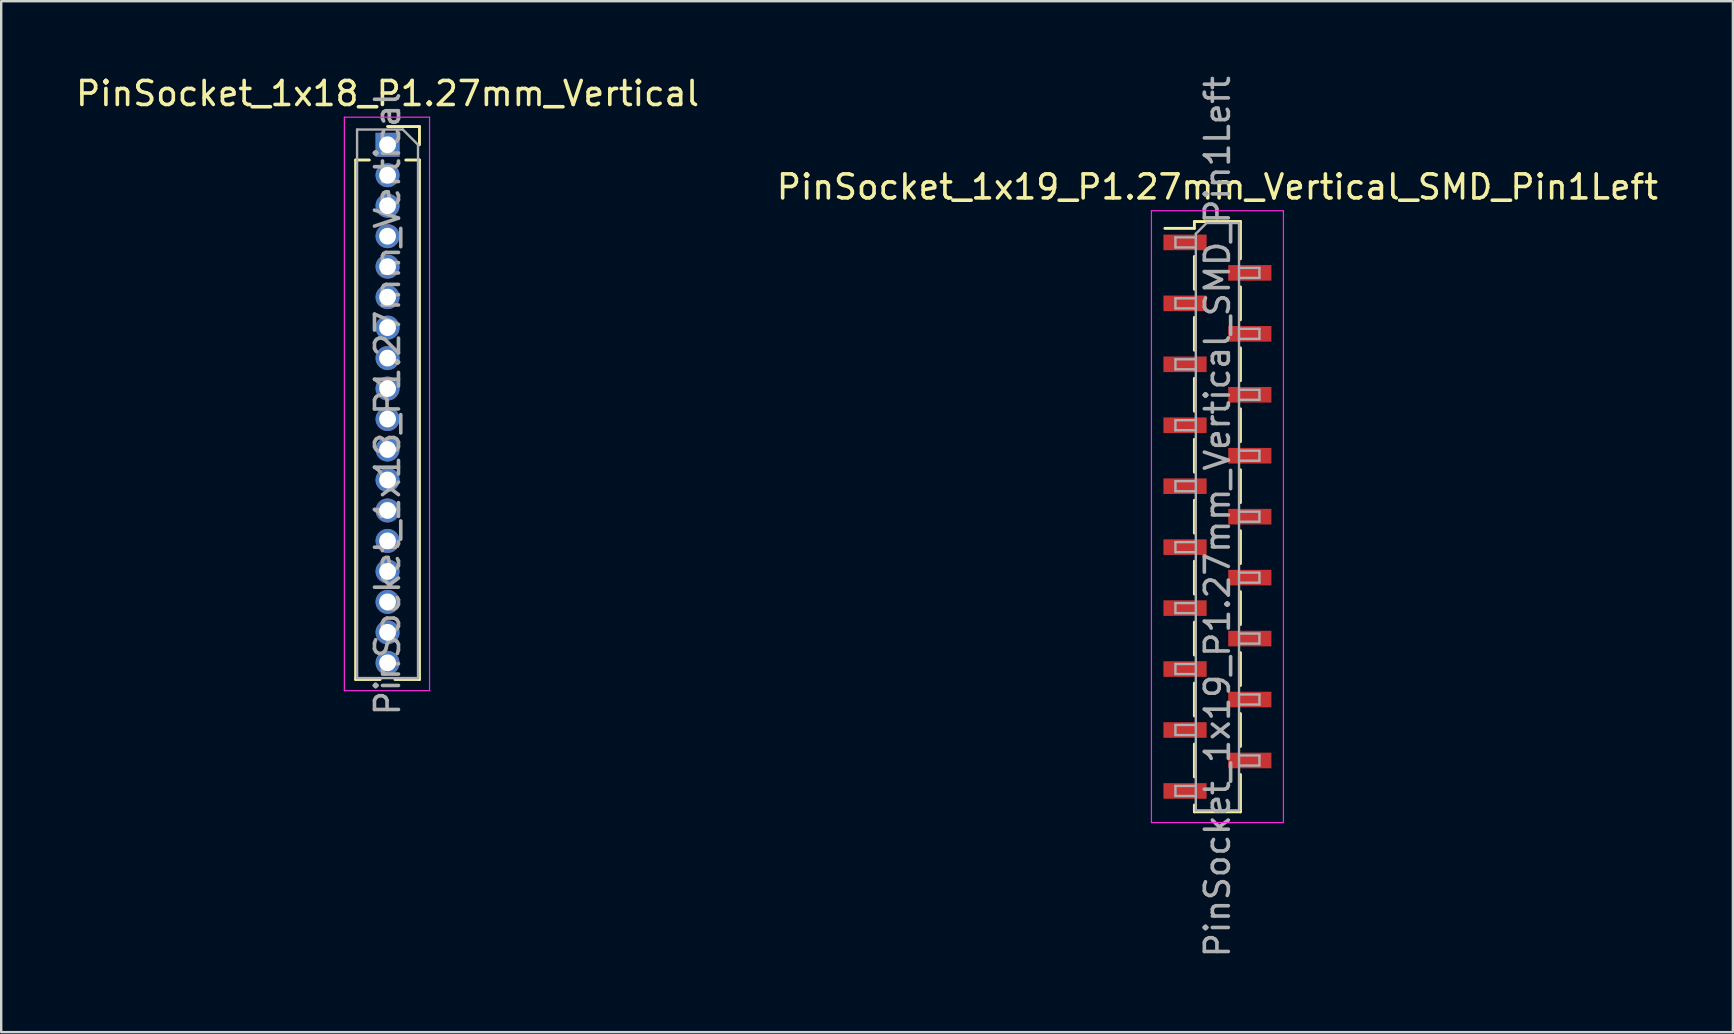
<source format=kicad_pcb>
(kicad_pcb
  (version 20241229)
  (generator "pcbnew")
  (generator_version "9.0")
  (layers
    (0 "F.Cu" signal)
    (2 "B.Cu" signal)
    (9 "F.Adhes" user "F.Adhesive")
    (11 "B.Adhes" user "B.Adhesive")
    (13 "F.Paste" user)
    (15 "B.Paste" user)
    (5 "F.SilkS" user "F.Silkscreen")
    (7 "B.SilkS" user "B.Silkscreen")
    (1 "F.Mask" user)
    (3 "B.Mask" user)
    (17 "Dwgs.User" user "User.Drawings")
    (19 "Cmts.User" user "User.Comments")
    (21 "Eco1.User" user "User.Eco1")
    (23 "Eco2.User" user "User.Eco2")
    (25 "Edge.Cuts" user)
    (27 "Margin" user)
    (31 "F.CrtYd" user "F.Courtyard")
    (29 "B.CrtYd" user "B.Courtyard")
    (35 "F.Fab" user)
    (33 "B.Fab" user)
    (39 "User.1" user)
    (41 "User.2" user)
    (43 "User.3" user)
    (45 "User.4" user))
  (footprint "PinSocket_1x19_P1.27mm_Vertical_SMD_Pin1Left"
    (layer "F.Cu")
    (at 47.685 18.482)
    (property "Reference" "PinSocket_1x19_P1.27mm_Vertical_SMD_Pin1Left" (at 0 -13.74 0) (layer "F.SilkS") (effects (font (size 1 1) (thickness 0.15))))
    (attr smd)
    (fp_line (start -2.19 -12.015) (end -0.96 -12.015) (stroke (width 0.12) (type solid)) (layer "F.SilkS"))
    (fp_line (start -0.96 -12.3) (end -0.96 -12.015) (stroke (width 0.12) (type solid)) (layer "F.SilkS"))
    (fp_line (start -0.96 -12.3) (end 0.96 -12.3) (stroke (width 0.12) (type solid)) (layer "F.SilkS"))
    (fp_line (start -0.96 -10.845) (end -0.96 -9.475) (stroke (width 0.12) (type solid)) (layer "F.SilkS"))
    (fp_line (start -0.96 -8.305) (end -0.96 -6.935) (stroke (width 0.12) (type solid)) (layer "F.SilkS"))
    (fp_line (start -0.96 -5.765) (end -0.96 -4.395) (stroke (width 0.12) (type solid)) (layer "F.SilkS"))
    (fp_line (start -0.96 -3.225) (end -0.96 -1.855) (stroke (width 0.12) (type solid)) (layer "F.SilkS"))
    (fp_line (start -0.96 -0.685) (end -0.96 0.685) (stroke (width 0.12) (type solid)) (layer "F.SilkS"))
    (fp_line (start -0.96 1.855) (end -0.96 3.225) (stroke (width 0.12) (type solid)) (layer "F.SilkS"))
    (fp_line (start -0.96 4.395) (end -0.96 5.765) (stroke (width 0.12) (type solid)) (layer "F.SilkS"))
    (fp_line (start -0.96 6.935) (end -0.96 8.305) (stroke (width 0.12) (type solid)) (layer "F.SilkS"))
    (fp_line (start -0.96 9.475) (end -0.96 10.845) (stroke (width 0.12) (type solid)) (layer "F.SilkS"))
    (fp_line (start -0.96 12.015) (end -0.96 12.3) (stroke (width 0.12) (type solid)) (layer "F.SilkS"))
    (fp_line (start -0.96 12.3) (end 0.96 12.3) (stroke (width 0.12) (type solid)) (layer "F.SilkS"))
    (fp_line (start 0.96 -12.3) (end 0.96 -10.745) (stroke (width 0.12) (type solid)) (layer "F.SilkS"))
    (fp_line (start 0.96 -9.575) (end 0.96 -8.205) (stroke (width 0.12) (type solid)) (layer "F.SilkS"))
    (fp_line (start 0.96 -7.035) (end 0.96 -5.665) (stroke (width 0.12) (type solid)) (layer "F.SilkS"))
    (fp_line (start 0.96 -4.495) (end 0.96 -3.125) (stroke (width 0.12) (type solid)) (layer "F.SilkS"))
    (fp_line (start 0.96 -1.955) (end 0.96 -0.585) (stroke (width 0.12) (type solid)) (layer "F.SilkS"))
    (fp_line (start 0.96 0.585) (end 0.96 1.955) (stroke (width 0.12) (type solid)) (layer "F.SilkS"))
    (fp_line (start 0.96 3.125) (end 0.96 4.495) (stroke (width 0.12) (type solid)) (layer "F.SilkS"))
    (fp_line (start 0.96 5.665) (end 0.96 7.035) (stroke (width 0.12) (type solid)) (layer "F.SilkS"))
    (fp_line (start 0.96 8.205) (end 0.96 9.575) (stroke (width 0.12) (type solid)) (layer "F.SilkS"))
    (fp_line (start 0.96 10.745) (end 0.96 12.3) (stroke (width 0.12) (type solid)) (layer "F.SilkS"))
    (fp_line (start -2.75 -12.75) (end 2.75 -12.75) (stroke (width 0.05) (type solid)) (layer "F.CrtYd"))
    (fp_line (start -2.75 12.75) (end -2.75 -12.75) (stroke (width 0.05) (type solid)) (layer "F.CrtYd"))
    (fp_line (start 2.75 -12.75) (end 2.75 12.75) (stroke (width 0.05) (type solid)) (layer "F.CrtYd"))
    (fp_line (start 2.75 12.75) (end -2.75 12.75) (stroke (width 0.05) (type solid)) (layer "F.CrtYd"))
    (fp_line (start -1.75 -11.64) (end -0.9 -11.64) (stroke (width 0.1) (type solid)) (layer "F.Fab"))
    (fp_line (start -1.75 -11.22) (end -1.75 -11.64) (stroke (width 0.1) (type solid)) (layer "F.Fab"))
    (fp_line (start -1.75 -9.1) (end -0.9 -9.1) (stroke (width 0.1) (type solid)) (layer "F.Fab"))
    (fp_line (start -1.75 -8.68) (end -1.75 -9.1) (stroke (width 0.1) (type solid)) (layer "F.Fab"))
    (fp_line (start -1.75 -6.56) (end -0.9 -6.56) (stroke (width 0.1) (type solid)) (layer "F.Fab"))
    (fp_line (start -1.75 -6.14) (end -1.75 -6.56) (stroke (width 0.1) (type solid)) (layer "F.Fab"))
    (fp_line (start -1.75 -4.02) (end -0.9 -4.02) (stroke (width 0.1) (type solid)) (layer "F.Fab"))
    (fp_line (start -1.75 -3.6) (end -1.75 -4.02) (stroke (width 0.1) (type solid)) (layer "F.Fab"))
    (fp_line (start -1.75 -1.48) (end -0.9 -1.48) (stroke (width 0.1) (type solid)) (layer "F.Fab"))
    (fp_line (start -1.75 -1.06) (end -1.75 -1.48) (stroke (width 0.1) (type solid)) (layer "F.Fab"))
    (fp_line (start -1.75 1.06) (end -0.9 1.06) (stroke (width 0.1) (type solid)) (layer "F.Fab"))
    (fp_line (start -1.75 1.48) (end -1.75 1.06) (stroke (width 0.1) (type solid)) (layer "F.Fab"))
    (fp_line (start -1.75 3.6) (end -0.9 3.6) (stroke (width 0.1) (type solid)) (layer "F.Fab"))
    (fp_line (start -1.75 4.02) (end -1.75 3.6) (stroke (width 0.1) (type solid)) (layer "F.Fab"))
    (fp_line (start -1.75 6.14) (end -0.9 6.14) (stroke (width 0.1) (type solid)) (layer "F.Fab"))
    (fp_line (start -1.75 6.56) (end -1.75 6.14) (stroke (width 0.1) (type solid)) (layer "F.Fab"))
    (fp_line (start -1.75 8.68) (end -0.9 8.68) (stroke (width 0.1) (type solid)) (layer "F.Fab"))
    (fp_line (start -1.75 9.1) (end -1.75 8.68) (stroke (width 0.1) (type solid)) (layer "F.Fab"))
    (fp_line (start -1.75 11.22) (end -0.9 11.22) (stroke (width 0.1) (type solid)) (layer "F.Fab"))
    (fp_line (start -1.75 11.64) (end -1.75 11.22) (stroke (width 0.1) (type solid)) (layer "F.Fab"))
    (fp_line (start -0.9 -11.79) (end -0.45 -12.24) (stroke (width 0.1) (type solid)) (layer "F.Fab"))
    (fp_line (start -0.9 -11.22) (end -1.75 -11.22) (stroke (width 0.1) (type solid)) (layer "F.Fab"))
    (fp_line (start -0.9 -8.68) (end -1.75 -8.68) (stroke (width 0.1) (type solid)) (layer "F.Fab"))
    (fp_line (start -0.9 -6.14) (end -1.75 -6.14) (stroke (width 0.1) (type solid)) (layer "F.Fab"))
    (fp_line (start -0.9 -3.6) (end -1.75 -3.6) (stroke (width 0.1) (type solid)) (layer "F.Fab"))
    (fp_line (start -0.9 -1.06) (end -1.75 -1.06) (stroke (width 0.1) (type solid)) (layer "F.Fab"))
    (fp_line (start -0.9 1.48) (end -1.75 1.48) (stroke (width 0.1) (type solid)) (layer "F.Fab"))
    (fp_line (start -0.9 4.02) (end -1.75 4.02) (stroke (width 0.1) (type solid)) (layer "F.Fab"))
    (fp_line (start -0.9 6.56) (end -1.75 6.56) (stroke (width 0.1) (type solid)) (layer "F.Fab"))
    (fp_line (start -0.9 9.1) (end -1.75 9.1) (stroke (width 0.1) (type solid)) (layer "F.Fab"))
    (fp_line (start -0.9 11.64) (end -1.75 11.64) (stroke (width 0.1) (type solid)) (layer "F.Fab"))
    (fp_line (start -0.9 12.24) (end -0.9 -11.79) (stroke (width 0.1) (type solid)) (layer "F.Fab"))
    (fp_line (start -0.45 -12.24) (end 0.9 -12.24) (stroke (width 0.1) (type solid)) (layer "F.Fab"))
    (fp_line (start 0.9 -12.24) (end 0.9 12.24) (stroke (width 0.1) (type solid)) (layer "F.Fab"))
    (fp_line (start 0.9 -10.37) (end 1.75 -10.37) (stroke (width 0.1) (type solid)) (layer "F.Fab"))
    (fp_line (start 0.9 -7.83) (end 1.75 -7.83) (stroke (width 0.1) (type solid)) (layer "F.Fab"))
    (fp_line (start 0.9 -5.29) (end 1.75 -5.29) (stroke (width 0.1) (type solid)) (layer "F.Fab"))
    (fp_line (start 0.9 -2.75) (end 1.75 -2.75) (stroke (width 0.1) (type solid)) (layer "F.Fab"))
    (fp_line (start 0.9 -0.21) (end 1.75 -0.21) (stroke (width 0.1) (type solid)) (layer "F.Fab"))
    (fp_line (start 0.9 2.33) (end 1.75 2.33) (stroke (width 0.1) (type solid)) (layer "F.Fab"))
    (fp_line (start 0.9 4.87) (end 1.75 4.87) (stroke (width 0.1) (type solid)) (layer "F.Fab"))
    (fp_line (start 0.9 7.41) (end 1.75 7.41) (stroke (width 0.1) (type solid)) (layer "F.Fab"))
    (fp_line (start 0.9 9.95) (end 1.75 9.95) (stroke (width 0.1) (type solid)) (layer "F.Fab"))
    (fp_line (start 0.9 12.24) (end -0.9 12.24) (stroke (width 0.1) (type solid)) (layer "F.Fab"))
    (fp_line (start 1.75 -10.37) (end 1.75 -9.95) (stroke (width 0.1) (type solid)) (layer "F.Fab"))
    (fp_line (start 1.75 -9.95) (end 0.9 -9.95) (stroke (width 0.1) (type solid)) (layer "F.Fab"))
    (fp_line (start 1.75 -7.83) (end 1.75 -7.41) (stroke (width 0.1) (type solid)) (layer "F.Fab"))
    (fp_line (start 1.75 -7.41) (end 0.9 -7.41) (stroke (width 0.1) (type solid)) (layer "F.Fab"))
    (fp_line (start 1.75 -5.29) (end 1.75 -4.87) (stroke (width 0.1) (type solid)) (layer "F.Fab"))
    (fp_line (start 1.75 -4.87) (end 0.9 -4.87) (stroke (width 0.1) (type solid)) (layer "F.Fab"))
    (fp_line (start 1.75 -2.75) (end 1.75 -2.33) (stroke (width 0.1) (type solid)) (layer "F.Fab"))
    (fp_line (start 1.75 -2.33) (end 0.9 -2.33) (stroke (width 0.1) (type solid)) (layer "F.Fab"))
    (fp_line (start 1.75 -0.21) (end 1.75 0.21) (stroke (width 0.1) (type solid)) (layer "F.Fab"))
    (fp_line (start 1.75 0.21) (end 0.9 0.21) (stroke (width 0.1) (type solid)) (layer "F.Fab"))
    (fp_line (start 1.75 2.33) (end 1.75 2.75) (stroke (width 0.1) (type solid)) (layer "F.Fab"))
    (fp_line (start 1.75 2.75) (end 0.9 2.75) (stroke (width 0.1) (type solid)) (layer "F.Fab"))
    (fp_line (start 1.75 4.87) (end 1.75 5.29) (stroke (width 0.1) (type solid)) (layer "F.Fab"))
    (fp_line (start 1.75 5.29) (end 0.9 5.29) (stroke (width 0.1) (type solid)) (layer "F.Fab"))
    (fp_line (start 1.75 7.41) (end 1.75 7.83) (stroke (width 0.1) (type solid)) (layer "F.Fab"))
    (fp_line (start 1.75 7.83) (end 0.9 7.83) (stroke (width 0.1) (type solid)) (layer "F.Fab"))
    (fp_line (start 1.75 9.95) (end 1.75 10.37) (stroke (width 0.1) (type solid)) (layer "F.Fab"))
    (fp_line (start 1.75 10.37) (end 0.9 10.37) (stroke (width 0.1) (type solid)) (layer "F.Fab"))
    (fp_text user "${REFERENCE}" (at 0 0 90) (layer "F.Fab") (effects (font (size 1 1) (thickness 0.15))))
    (pad "1" smd rect (at -1.35 -11.43) (size 1.8 0.65) (layers "F.Cu" "F.Mask" "F.Paste"))
    (pad "2" smd rect (at 1.35 -10.16) (size 1.8 0.65) (layers "F.Cu" "F.Mask" "F.Paste"))
    (pad "3" smd rect (at -1.35 -8.89) (size 1.8 0.65) (layers "F.Cu" "F.Mask" "F.Paste"))
    (pad "4" smd rect (at 1.35 -7.62) (size 1.8 0.65) (layers "F.Cu" "F.Mask" "F.Paste"))
    (pad "5" smd rect (at -1.35 -6.35) (size 1.8 0.65) (layers "F.Cu" "F.Mask" "F.Paste"))
    (pad "6" smd rect (at 1.35 -5.08) (size 1.8 0.65) (layers "F.Cu" "F.Mask" "F.Paste"))
    (pad "7" smd rect (at -1.35 -3.81) (size 1.8 0.65) (layers "F.Cu" "F.Mask" "F.Paste"))
    (pad "8" smd rect (at 1.35 -2.54) (size 1.8 0.65) (layers "F.Cu" "F.Mask" "F.Paste"))
    (pad "9" smd rect (at -1.35 -1.27) (size 1.8 0.65) (layers "F.Cu" "F.Mask" "F.Paste"))
    (pad "10" smd rect (at 1.35 0) (size 1.8 0.65) (layers "F.Cu" "F.Mask" "F.Paste"))
    (pad "11" smd rect (at -1.35 1.27) (size 1.8 0.65) (layers "F.Cu" "F.Mask" "F.Paste"))
    (pad "12" smd rect (at 1.35 2.54) (size 1.8 0.65) (layers "F.Cu" "F.Mask" "F.Paste"))
    (pad "13" smd rect (at -1.35 3.81) (size 1.8 0.65) (layers "F.Cu" "F.Mask" "F.Paste"))
    (pad "14" smd rect (at 1.35 5.08) (size 1.8 0.65) (layers "F.Cu" "F.Mask" "F.Paste"))
    (pad "15" smd rect (at -1.35 6.35) (size 1.8 0.65) (layers "F.Cu" "F.Mask" "F.Paste"))
    (pad "16" smd rect (at 1.35 7.62) (size 1.8 0.65) (layers "F.Cu" "F.Mask" "F.Paste"))
    (pad "17" smd rect (at -1.35 8.89) (size 1.8 0.65) (layers "F.Cu" "F.Mask" "F.Paste"))
    (pad "18" smd rect (at 1.35 10.16) (size 1.8 0.65) (layers "F.Cu" "F.Mask" "F.Paste"))
    (pad "19" smd rect (at -1.35 11.43) (size 1.8 0.65) (layers "F.Cu" "F.Mask" "F.Paste")))
  (footprint "PinSocket_1x18_P1.27mm_Vertical"
    (layer "F.Cu")
    (at 13.101 2.983)
    (property "Reference" "PinSocket_1x18_P1.27mm_Vertical" (at 0 -2.135 0) (layer "F.SilkS") (effects (font (size 1 1) (thickness 0.15))))
    (attr through_hole)
    (fp_line (start -1.33 0.635) (end -1.33 22.285) (stroke (width 0.12) (type solid)) (layer "F.SilkS"))
    (fp_line (start -1.33 0.635) (end -0.76 0.635) (stroke (width 0.12) (type solid)) (layer "F.SilkS"))
    (fp_line (start -1.33 22.285) (end -0.308 22.285) (stroke (width 0.12) (type solid)) (layer "F.SilkS"))
    (fp_line (start 0 -0.76) (end 1.33 -0.76) (stroke (width 0.12) (type solid)) (layer "F.SilkS"))
    (fp_line (start 0.308 22.285) (end 1.33 22.285) (stroke (width 0.12) (type solid)) (layer "F.SilkS"))
    (fp_line (start 0.76 0.635) (end 1.33 0.635) (stroke (width 0.12) (type solid)) (layer "F.SilkS"))
    (fp_line (start 1.33 -0.76) (end 1.33 0) (stroke (width 0.12) (type solid)) (layer "F.SilkS"))
    (fp_line (start 1.33 0.635) (end 1.33 22.285) (stroke (width 0.12) (type solid)) (layer "F.SilkS"))
    (fp_line (start -1.8 -1.15) (end 1.75 -1.15) (stroke (width 0.05) (type solid)) (layer "F.CrtYd"))
    (fp_line (start -1.8 22.75) (end -1.8 -1.15) (stroke (width 0.05) (type solid)) (layer "F.CrtYd"))
    (fp_line (start 1.75 -1.15) (end 1.75 22.75) (stroke (width 0.05) (type solid)) (layer "F.CrtYd"))
    (fp_line (start 1.75 22.75) (end -1.8 22.75) (stroke (width 0.05) (type solid)) (layer "F.CrtYd"))
    (fp_line (start -1.27 -0.635) (end 0.635 -0.635) (stroke (width 0.1) (type solid)) (layer "F.Fab"))
    (fp_line (start -1.27 22.225) (end -1.27 -0.635) (stroke (width 0.1) (type solid)) (layer "F.Fab"))
    (fp_line (start 0.635 -0.635) (end 1.27 0) (stroke (width 0.1) (type solid)) (layer "F.Fab"))
    (fp_line (start 1.27 0) (end 1.27 22.225) (stroke (width 0.1) (type solid)) (layer "F.Fab"))
    (fp_line (start 1.27 22.225) (end -1.27 22.225) (stroke (width 0.1) (type solid)) (layer "F.Fab"))
    (fp_text user "${REFERENCE}" (at 0 10.795 90) (layer "F.Fab") (effects (font (size 1 1) (thickness 0.15))))
    (pad "1" thru_hole rect (at 0 0) (size 1 1) (drill 0.7) (layers "*.Cu" "*.Mask"))
    (pad "2" thru_hole oval (at 0 1.27) (size 1 1) (drill 0.7) (layers "*.Cu" "*.Mask"))
    (pad "3" thru_hole oval (at 0 2.54) (size 1 1) (drill 0.7) (layers "*.Cu" "*.Mask"))
    (pad "4" thru_hole oval (at 0 3.81) (size 1 1) (drill 0.7) (layers "*.Cu" "*.Mask"))
    (pad "5" thru_hole oval (at 0 5.08) (size 1 1) (drill 0.7) (layers "*.Cu" "*.Mask"))
    (pad "6" thru_hole oval (at 0 6.35) (size 1 1) (drill 0.7) (layers "*.Cu" "*.Mask"))
    (pad "7" thru_hole oval (at 0 7.62) (size 1 1) (drill 0.7) (layers "*.Cu" "*.Mask"))
    (pad "8" thru_hole oval (at 0 8.89) (size 1 1) (drill 0.7) (layers "*.Cu" "*.Mask"))
    (pad "9" thru_hole oval (at 0 10.16) (size 1 1) (drill 0.7) (layers "*.Cu" "*.Mask"))
    (pad "10" thru_hole oval (at 0 11.43) (size 1 1) (drill 0.7) (layers "*.Cu" "*.Mask"))
    (pad "11" thru_hole oval (at 0 12.7) (size 1 1) (drill 0.7) (layers "*.Cu" "*.Mask"))
    (pad "12" thru_hole oval (at 0 13.97) (size 1 1) (drill 0.7) (layers "*.Cu" "*.Mask"))
    (pad "13" thru_hole oval (at 0 15.24) (size 1 1) (drill 0.7) (layers "*.Cu" "*.Mask"))
    (pad "14" thru_hole oval (at 0 16.51) (size 1 1) (drill 0.7) (layers "*.Cu" "*.Mask"))
    (pad "15" thru_hole oval (at 0 17.78) (size 1 1) (drill 0.7) (layers "*.Cu" "*.Mask"))
    (pad "16" thru_hole oval (at 0 19.05) (size 1 1) (drill 0.7) (layers "*.Cu" "*.Mask"))
    (pad "17" thru_hole oval (at 0 20.32) (size 1 1) (drill 0.7) (layers "*.Cu" "*.Mask"))
    (pad "18" thru_hole oval (at 0 21.59) (size 1 1) (drill 0.7) (layers "*.Cu" "*.Mask")))
  (gr_rect
    (start -3 -3)
    (end 69.167 39.964)
    (stroke (width 0.1) (type default))
    (fill no)
    (layer "Edge.Cuts")))
</source>
